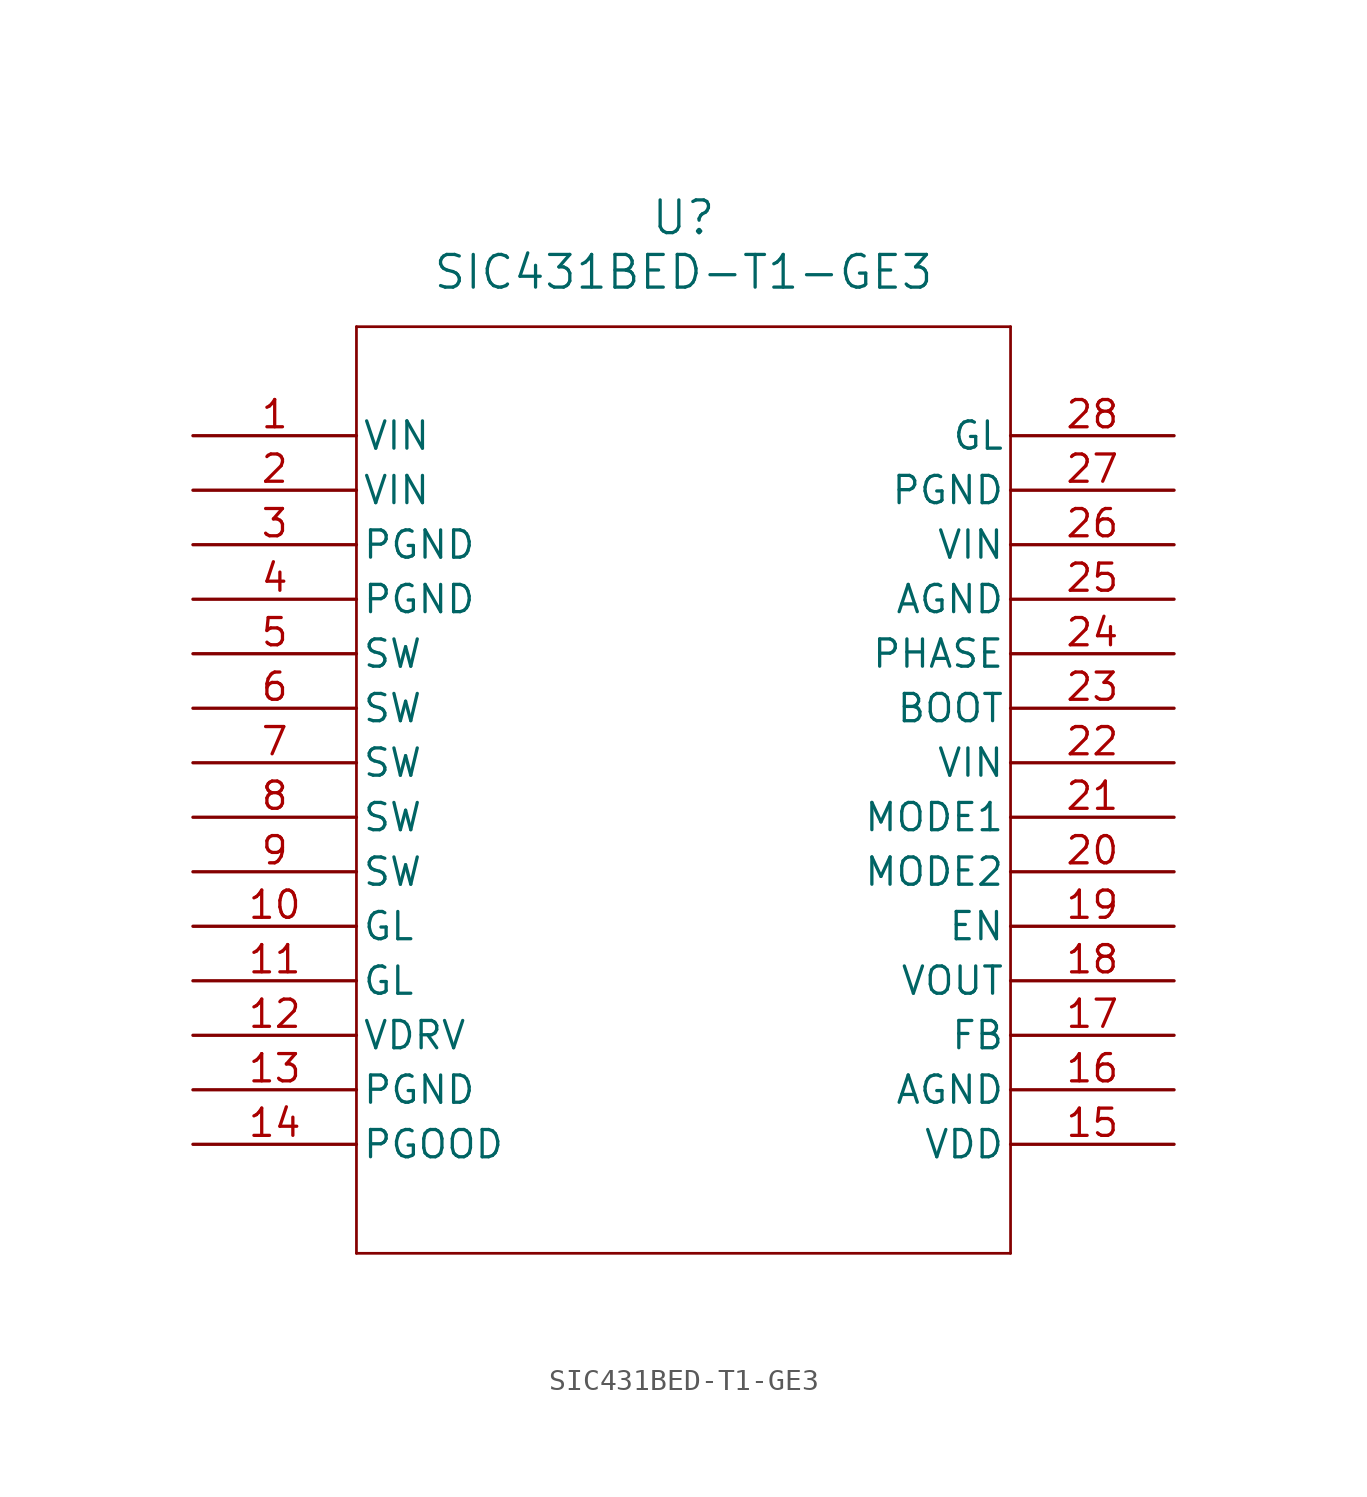
<source format=kicad_sym>
(kicad_symbol_lib
  (version 20211014)
  (generator kicad_symbol_editor)
  (symbol "SIC431BED-T1-GE3"
    (pin_names
      (offset 0.254))
    (property "Reference" "U"
      (at 22.86 10.16 0)
      (effects (font (size 1.524 1.524))))
    (property "Value" "SIC431BED-T1-GE3"
      (at 22.86 7.62 0)
      (effects (font (size 1.524 1.524))))
    (symbol "SIC431BED-T1-GE3_0_1"
      (polyline (pts (xy 7.62 5.08) (xy 7.62 -38.1)) (stroke (width 0.127) (type default) (color 0 0 0 0)) (fill (type none)))
      (polyline (pts (xy 7.62 -38.1) (xy 38.1 -38.1)) (stroke (width 0.127) (type default) (color 0 0 0 0)) (fill (type none)))
      (polyline (pts (xy 38.1 -38.1) (xy 38.1 5.08)) (stroke (width 0.127) (type default) (color 0 0 0 0)) (fill (type none)))
      (polyline (pts (xy 38.1 5.08) (xy 7.62 5.08)) (stroke (width 0.127) (type default) (color 0 0 0 0)) (fill (type none)))
      (pin unspecified line (at 0 0 0) (length 7.62) (name "VIN" (effects (font (size 1.27 1.27)))) (number "1" (effects (font (size 1.27 1.27)))))
      (pin unspecified line (at 0 -2.54 0) (length 7.62) (name "VIN" (effects (font (size 1.27 1.27)))) (number "2" (effects (font (size 1.27 1.27)))))
      (pin power_out line (at 0 -5.08 0) (length 7.62) (name "PGND" (effects (font (size 1.27 1.27)))) (number "3" (effects (font (size 1.27 1.27)))))
      (pin power_out line (at 0 -7.62 0) (length 7.62) (name "PGND" (effects (font (size 1.27 1.27)))) (number "4" (effects (font (size 1.27 1.27)))))
      (pin unspecified line (at 0 -10.16 0) (length 7.62) (name "SW" (effects (font (size 1.27 1.27)))) (number "5" (effects (font (size 1.27 1.27)))))
      (pin unspecified line (at 0 -12.7 0) (length 7.62) (name "SW" (effects (font (size 1.27 1.27)))) (number "6" (effects (font (size 1.27 1.27)))))
      (pin unspecified line (at 0 -15.24 0) (length 7.62) (name "SW" (effects (font (size 1.27 1.27)))) (number "7" (effects (font (size 1.27 1.27)))))
      (pin unspecified line (at 0 -17.78 0) (length 7.62) (name "SW" (effects (font (size 1.27 1.27)))) (number "8" (effects (font (size 1.27 1.27)))))
      (pin unspecified line (at 0 -20.32 0) (length 7.62) (name "SW" (effects (font (size 1.27 1.27)))) (number "9" (effects (font (size 1.27 1.27)))))
      (pin unspecified line (at 0 -22.86 0) (length 7.62) (name "GL" (effects (font (size 1.27 1.27)))) (number "10" (effects (font (size 1.27 1.27)))))
      (pin unspecified line (at 0 -25.4 0) (length 7.62) (name "GL" (effects (font (size 1.27 1.27)))) (number "11" (effects (font (size 1.27 1.27)))))
      (pin unspecified line (at 0 -27.94 0) (length 7.62) (name "VDRV" (effects (font (size 1.27 1.27)))) (number "12" (effects (font (size 1.27 1.27)))))
      (pin power_out line (at 0 -30.48 0) (length 7.62) (name "PGND" (effects (font (size 1.27 1.27)))) (number "13" (effects (font (size 1.27 1.27)))))
      (pin power_in line (at 0 -33.02 0) (length 7.62) (name "PGOOD" (effects (font (size 1.27 1.27)))) (number "14" (effects (font (size 1.27 1.27)))))
      (pin power_in line (at 45.72 -33.02 180) (length 7.62) (name "VDD" (effects (font (size 1.27 1.27)))) (number "15" (effects (font (size 1.27 1.27)))))
      (pin power_out line (at 45.72 -30.48 180) (length 7.62) (name "AGND" (effects (font (size 1.27 1.27)))) (number "16" (effects (font (size 1.27 1.27)))))
      (pin unspecified line (at 45.72 -27.94 180) (length 7.62) (name "FB" (effects (font (size 1.27 1.27)))) (number "17" (effects (font (size 1.27 1.27)))))
      (pin output line (at 45.72 -25.4 180) (length 7.62) (name "VOUT" (effects (font (size 1.27 1.27)))) (number "18" (effects (font (size 1.27 1.27)))))
      (pin unspecified line (at 45.72 -22.86 180) (length 7.62) (name "EN" (effects (font (size 1.27 1.27)))) (number "19" (effects (font (size 1.27 1.27)))))
      (pin bidirectional line (at 45.72 -20.32 180) (length 7.62) (name "MODE2" (effects (font (size 1.27 1.27)))) (number "20" (effects (font (size 1.27 1.27)))))
      (pin bidirectional line (at 45.72 -17.78 180) (length 7.62) (name "MODE1" (effects (font (size 1.27 1.27)))) (number "21" (effects (font (size 1.27 1.27)))))
      (pin unspecified line (at 45.72 -15.24 180) (length 7.62) (name "VIN" (effects (font (size 1.27 1.27)))) (number "22" (effects (font (size 1.27 1.27)))))
      (pin unspecified line (at 45.72 -12.7 180) (length 7.62) (name "BOOT" (effects (font (size 1.27 1.27)))) (number "23" (effects (font (size 1.27 1.27)))))
      (pin unspecified line (at 45.72 -10.16 180) (length 7.62) (name "PHASE" (effects (font (size 1.27 1.27)))) (number "24" (effects (font (size 1.27 1.27)))))
      (pin power_out line (at 45.72 -7.62 180) (length 7.62) (name "AGND" (effects (font (size 1.27 1.27)))) (number "25" (effects (font (size 1.27 1.27)))))
      (pin unspecified line (at 45.72 -5.08 180) (length 7.62) (name "VIN" (effects (font (size 1.27 1.27)))) (number "26" (effects (font (size 1.27 1.27)))))
      (pin power_out line (at 45.72 -2.54 180) (length 7.62) (name "PGND" (effects (font (size 1.27 1.27)))) (number "27" (effects (font (size 1.27 1.27)))))
      (pin unspecified line (at 45.72 0 180) (length 7.62) (name "GL" (effects (font (size 1.27 1.27)))) (number "28" (effects (font (size 1.27 1.27))))))))
</source>
